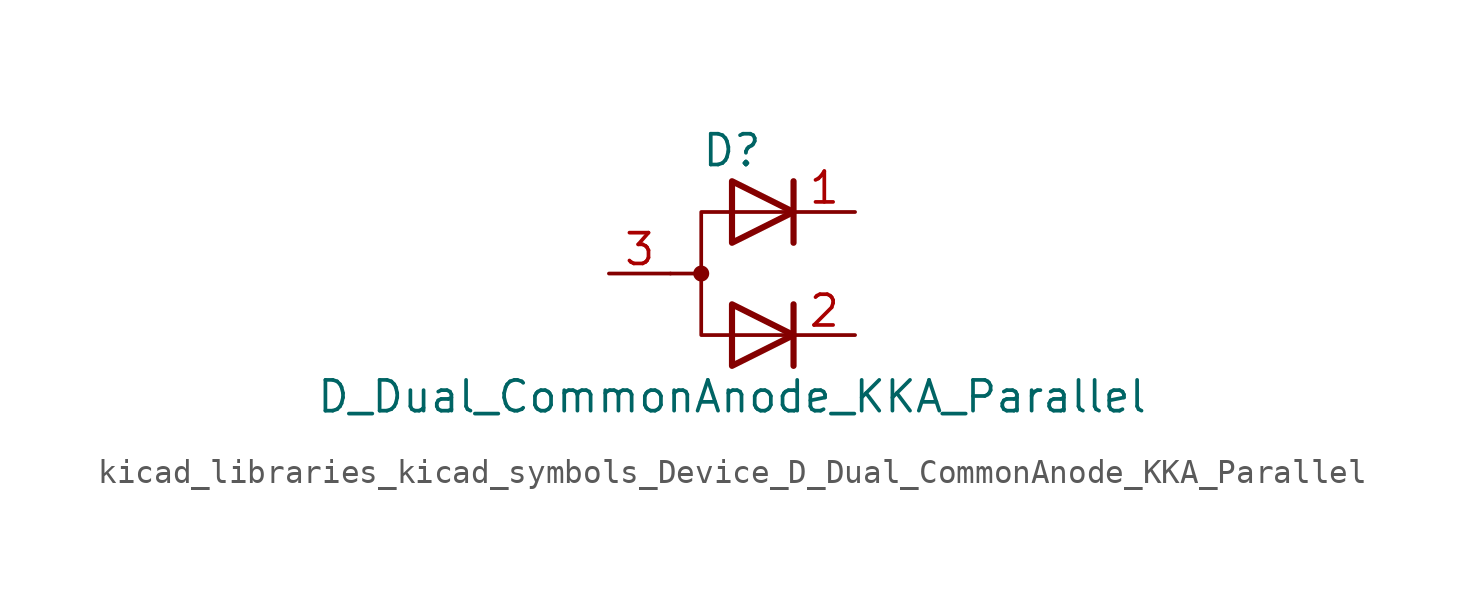
<source format=kicad_sym>
(kicad_symbol_lib
  (version 20220914)
  (generator kicad_symbol_editor)
  (symbol "kicad_libraries_kicad_symbols_Device_D_Dual_CommonAnode_KKA_Parallel"
    (pin_names
      (offset 0.762) hide)
    (property "Reference" "D"
      (at 0 5.08 0)
      (effects (font (size 1.27 1.27))))
    (property "Value" "D_Dual_CommonAnode_KKA_Parallel"
      (at 0 -5.08 0)
      (effects (font (size 1.27 1.27))))
    (symbol "kicad_libraries_kicad_symbols_Device_D_Dual_CommonAnode_KKA_Parallel_0_0"
      (polyline (pts (xy 2.54 -3.81) (xy 2.54 -1.27)) (stroke (width 0.254) (type default)) (fill (type none)))
      (polyline (pts (xy 2.54 1.27) (xy 2.54 3.81)) (stroke (width 0.254) (type default)) (fill (type none))))
    (symbol "kicad_libraries_kicad_symbols_Device_D_Dual_CommonAnode_KKA_Parallel_0_1"
      (circle (center -1.27 0) (radius 0.254) (stroke (width 0) (type default)) (fill (type outline)))
      (polyline (pts (xy -1.27 0) (xy -2.54 0)) (stroke (width 0) (type default)) (fill (type none)))
      (polyline (pts (xy 2.54 2.54) (xy -1.27 2.54) (xy -1.27 -2.54) (xy 2.54 -2.54)) (stroke (width 0) (type default)) (fill (type none)))
      (polyline (pts (xy 0 -1.27) (xy 2.54 -2.54) (xy 0 -3.81) (xy 0 -1.27) (xy 0 -1.27) (xy 0 -1.27)) (stroke (width 0.254) (type default)) (fill (type none)))
      (polyline (pts (xy 0 3.81) (xy 2.54 2.54) (xy 0 1.27) (xy 0 3.81) (xy 0 3.81) (xy 0 3.81)) (stroke (width 0.254) (type default)) (fill (type none)))
      (pin passive line (at 5.08 2.54 180) (length 2.54) (name "K" (effects (font (size 1.27 1.27)))) (number "1" (effects (font (size 1.27 1.27)))))
      (pin passive line (at 5.08 -2.54 180) (length 2.54) (name "K" (effects (font (size 1.27 1.27)))) (number "2" (effects (font (size 1.27 1.27)))))
      (pin passive line (at -5.08 0 0) (length 2.54) (name "A" (effects (font (size 1.27 1.27)))) (number "3" (effects (font (size 1.27 1.27))))))))
</source>
